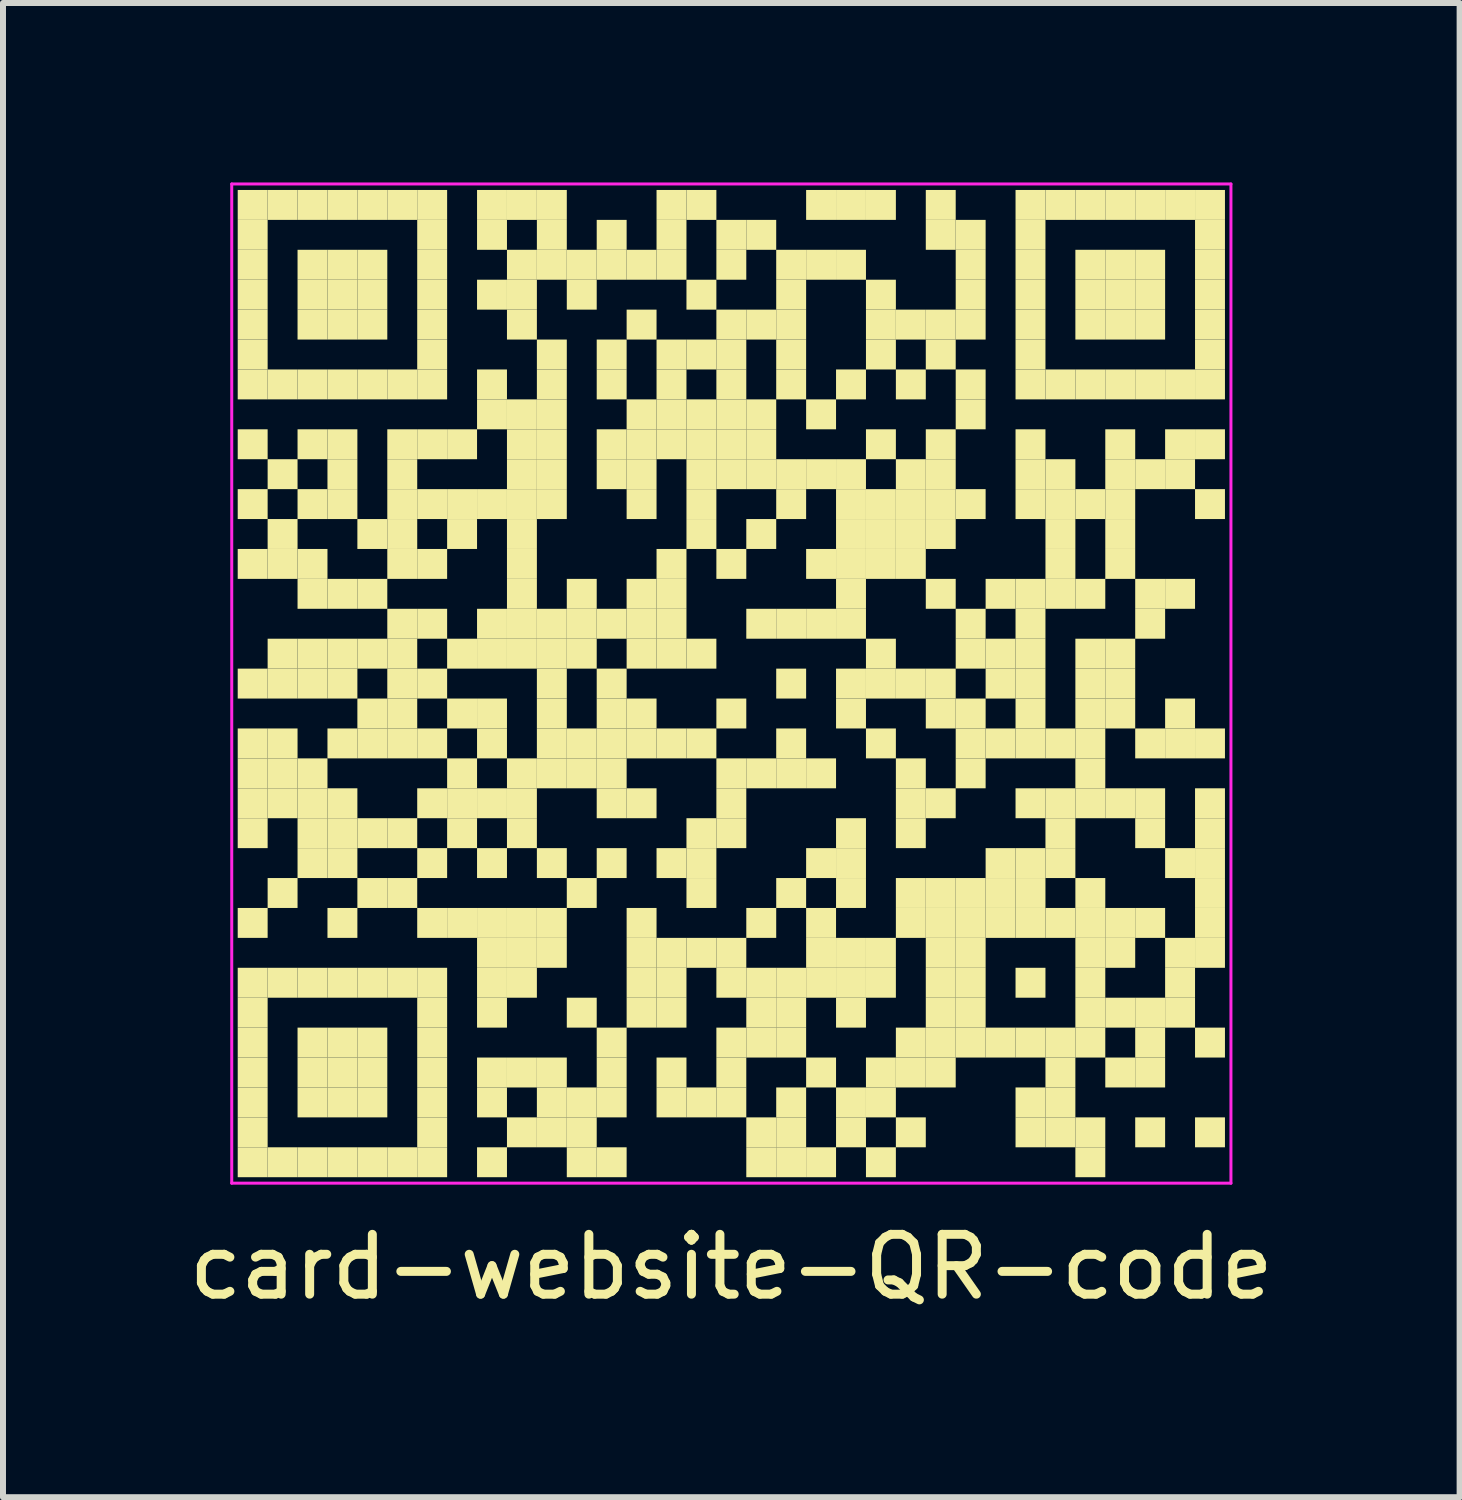
<source format=kicad_pcb>
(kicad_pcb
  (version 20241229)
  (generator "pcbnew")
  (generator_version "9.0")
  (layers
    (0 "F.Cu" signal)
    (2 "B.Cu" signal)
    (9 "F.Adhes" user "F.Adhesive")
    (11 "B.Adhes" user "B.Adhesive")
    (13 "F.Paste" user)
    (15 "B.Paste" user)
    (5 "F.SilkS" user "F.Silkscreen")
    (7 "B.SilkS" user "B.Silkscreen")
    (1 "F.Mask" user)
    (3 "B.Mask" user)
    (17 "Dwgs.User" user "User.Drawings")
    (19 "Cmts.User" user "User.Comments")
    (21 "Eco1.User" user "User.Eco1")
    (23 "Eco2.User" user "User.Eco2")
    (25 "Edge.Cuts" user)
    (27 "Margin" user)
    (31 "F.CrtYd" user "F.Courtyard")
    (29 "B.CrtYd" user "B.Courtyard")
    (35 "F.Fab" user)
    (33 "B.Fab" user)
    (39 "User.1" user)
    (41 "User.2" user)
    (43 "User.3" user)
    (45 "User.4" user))
  (footprint "card-website-QR-code"
    (layer "F.Cu")
    (at 9.173 8.375)
    (property "Reference" "card-website-QR-code" (at 0 9.75 0) (layer "F.SilkS") (effects (font (size 1 1) (thickness 0.15))))
    (fp_rect (start -8.25 -8.25) (end -7.75 -7.75) (stroke (width 0) (type default)) (fill yes) (layer "F.SilkS"))
    (fp_rect (start -8.25 -7.75) (end -7.75 -7.25) (stroke (width 0) (type default)) (fill yes) (layer "F.SilkS"))
    (fp_rect (start -8.25 -7.25) (end -7.75 -6.75) (stroke (width 0) (type default)) (fill yes) (layer "F.SilkS"))
    (fp_rect (start -8.25 -6.75) (end -7.75 -6.25) (stroke (width 0) (type default)) (fill yes) (layer "F.SilkS"))
    (fp_rect (start -8.25 -6.25) (end -7.75 -5.75) (stroke (width 0) (type default)) (fill yes) (layer "F.SilkS"))
    (fp_rect (start -8.25 -5.75) (end -7.75 -5.25) (stroke (width 0) (type default)) (fill yes) (layer "F.SilkS"))
    (fp_rect (start -8.25 -5.25) (end -7.75 -4.75) (stroke (width 0) (type default)) (fill yes) (layer "F.SilkS"))
    (fp_rect (start -8.25 -4.25) (end -7.75 -3.75) (stroke (width 0) (type default)) (fill yes) (layer "F.SilkS"))
    (fp_rect (start -8.25 -3.25) (end -7.75 -2.75) (stroke (width 0) (type default)) (fill yes) (layer "F.SilkS"))
    (fp_rect (start -8.25 -2.25) (end -7.75 -1.75) (stroke (width 0) (type default)) (fill yes) (layer "F.SilkS"))
    (fp_rect (start -8.25 -0.25) (end -7.75 0.25) (stroke (width 0) (type default)) (fill yes) (layer "F.SilkS"))
    (fp_rect (start -8.25 0.75) (end -7.75 1.25) (stroke (width 0) (type default)) (fill yes) (layer "F.SilkS"))
    (fp_rect (start -8.25 1.25) (end -7.75 1.75) (stroke (width 0) (type default)) (fill yes) (layer "F.SilkS"))
    (fp_rect (start -8.25 1.75) (end -7.75 2.25) (stroke (width 0) (type default)) (fill yes) (layer "F.SilkS"))
    (fp_rect (start -8.25 2.25) (end -7.75 2.75) (stroke (width 0) (type default)) (fill yes) (layer "F.SilkS"))
    (fp_rect (start -8.25 3.75) (end -7.75 4.25) (stroke (width 0) (type default)) (fill yes) (layer "F.SilkS"))
    (fp_rect (start -8.25 4.75) (end -7.75 5.25) (stroke (width 0) (type default)) (fill yes) (layer "F.SilkS"))
    (fp_rect (start -8.25 5.25) (end -7.75 5.75) (stroke (width 0) (type default)) (fill yes) (layer "F.SilkS"))
    (fp_rect (start -8.25 5.75) (end -7.75 6.25) (stroke (width 0) (type default)) (fill yes) (layer "F.SilkS"))
    (fp_rect (start -8.25 6.25) (end -7.75 6.75) (stroke (width 0) (type default)) (fill yes) (layer "F.SilkS"))
    (fp_rect (start -8.25 6.75) (end -7.75 7.25) (stroke (width 0) (type default)) (fill yes) (layer "F.SilkS"))
    (fp_rect (start -8.25 7.25) (end -7.75 7.75) (stroke (width 0) (type default)) (fill yes) (layer "F.SilkS"))
    (fp_rect (start -8.25 7.75) (end -7.75 8.25) (stroke (width 0) (type default)) (fill yes) (layer "F.SilkS"))
    (fp_rect (start -7.75 -8.25) (end -7.25 -7.75) (stroke (width 0) (type default)) (fill yes) (layer "F.SilkS"))
    (fp_rect (start -7.75 -5.25) (end -7.25 -4.75) (stroke (width 0) (type default)) (fill yes) (layer "F.SilkS"))
    (fp_rect (start -7.75 -3.75) (end -7.25 -3.25) (stroke (width 0) (type default)) (fill yes) (layer "F.SilkS"))
    (fp_rect (start -7.75 -2.75) (end -7.25 -2.25) (stroke (width 0) (type default)) (fill yes) (layer "F.SilkS"))
    (fp_rect (start -7.75 -2.25) (end -7.25 -1.75) (stroke (width 0) (type default)) (fill yes) (layer "F.SilkS"))
    (fp_rect (start -7.75 -0.75) (end -7.25 -0.25) (stroke (width 0) (type default)) (fill yes) (layer "F.SilkS"))
    (fp_rect (start -7.75 -0.25) (end -7.25 0.25) (stroke (width 0) (type default)) (fill yes) (layer "F.SilkS"))
    (fp_rect (start -7.75 0.75) (end -7.25 1.25) (stroke (width 0) (type default)) (fill yes) (layer "F.SilkS"))
    (fp_rect (start -7.75 1.25) (end -7.25 1.75) (stroke (width 0) (type default)) (fill yes) (layer "F.SilkS"))
    (fp_rect (start -7.75 1.75) (end -7.25 2.25) (stroke (width 0) (type default)) (fill yes) (layer "F.SilkS"))
    (fp_rect (start -7.75 3.25) (end -7.25 3.75) (stroke (width 0) (type default)) (fill yes) (layer "F.SilkS"))
    (fp_rect (start -7.75 4.75) (end -7.25 5.25) (stroke (width 0) (type default)) (fill yes) (layer "F.SilkS"))
    (fp_rect (start -7.75 7.75) (end -7.25 8.25) (stroke (width 0) (type default)) (fill yes) (layer "F.SilkS"))
    (fp_rect (start -7.25 -8.25) (end -6.75 -7.75) (stroke (width 0) (type default)) (fill yes) (layer "F.SilkS"))
    (fp_rect (start -7.25 -7.25) (end -6.75 -6.75) (stroke (width 0) (type default)) (fill yes) (layer "F.SilkS"))
    (fp_rect (start -7.25 -6.75) (end -6.75 -6.25) (stroke (width 0) (type default)) (fill yes) (layer "F.SilkS"))
    (fp_rect (start -7.25 -6.25) (end -6.75 -5.75) (stroke (width 0) (type default)) (fill yes) (layer "F.SilkS"))
    (fp_rect (start -7.25 -5.25) (end -6.75 -4.75) (stroke (width 0) (type default)) (fill yes) (layer "F.SilkS"))
    (fp_rect (start -7.25 -4.25) (end -6.75 -3.75) (stroke (width 0) (type default)) (fill yes) (layer "F.SilkS"))
    (fp_rect (start -7.25 -3.25) (end -6.75 -2.75) (stroke (width 0) (type default)) (fill yes) (layer "F.SilkS"))
    (fp_rect (start -7.25 -2.25) (end -6.75 -1.75) (stroke (width 0) (type default)) (fill yes) (layer "F.SilkS"))
    (fp_rect (start -7.25 -1.75) (end -6.75 -1.25) (stroke (width 0) (type default)) (fill yes) (layer "F.SilkS"))
    (fp_rect (start -7.25 -0.75) (end -6.75 -0.25) (stroke (width 0) (type default)) (fill yes) (layer "F.SilkS"))
    (fp_rect (start -7.25 -0.25) (end -6.75 0.25) (stroke (width 0) (type default)) (fill yes) (layer "F.SilkS"))
    (fp_rect (start -7.25 1.25) (end -6.75 1.75) (stroke (width 0) (type default)) (fill yes) (layer "F.SilkS"))
    (fp_rect (start -7.25 1.75) (end -6.75 2.25) (stroke (width 0) (type default)) (fill yes) (layer "F.SilkS"))
    (fp_rect (start -7.25 2.25) (end -6.75 2.75) (stroke (width 0) (type default)) (fill yes) (layer "F.SilkS"))
    (fp_rect (start -7.25 2.75) (end -6.75 3.25) (stroke (width 0) (type default)) (fill yes) (layer "F.SilkS"))
    (fp_rect (start -7.25 4.75) (end -6.75 5.25) (stroke (width 0) (type default)) (fill yes) (layer "F.SilkS"))
    (fp_rect (start -7.25 5.75) (end -6.75 6.25) (stroke (width 0) (type default)) (fill yes) (layer "F.SilkS"))
    (fp_rect (start -7.25 6.25) (end -6.75 6.75) (stroke (width 0) (type default)) (fill yes) (layer "F.SilkS"))
    (fp_rect (start -7.25 6.75) (end -6.75 7.25) (stroke (width 0) (type default)) (fill yes) (layer "F.SilkS"))
    (fp_rect (start -7.25 7.75) (end -6.75 8.25) (stroke (width 0) (type default)) (fill yes) (layer "F.SilkS"))
    (fp_rect (start -6.75 -8.25) (end -6.25 -7.75) (stroke (width 0) (type default)) (fill yes) (layer "F.SilkS"))
    (fp_rect (start -6.75 -7.25) (end -6.25 -6.75) (stroke (width 0) (type default)) (fill yes) (layer "F.SilkS"))
    (fp_rect (start -6.75 -6.75) (end -6.25 -6.25) (stroke (width 0) (type default)) (fill yes) (layer "F.SilkS"))
    (fp_rect (start -6.75 -6.25) (end -6.25 -5.75) (stroke (width 0) (type default)) (fill yes) (layer "F.SilkS"))
    (fp_rect (start -6.75 -5.25) (end -6.25 -4.75) (stroke (width 0) (type default)) (fill yes) (layer "F.SilkS"))
    (fp_rect (start -6.75 -4.25) (end -6.25 -3.75) (stroke (width 0) (type default)) (fill yes) (layer "F.SilkS"))
    (fp_rect (start -6.75 -3.75) (end -6.25 -3.25) (stroke (width 0) (type default)) (fill yes) (layer "F.SilkS"))
    (fp_rect (start -6.75 -3.25) (end -6.25 -2.75) (stroke (width 0) (type default)) (fill yes) (layer "F.SilkS"))
    (fp_rect (start -6.75 -1.75) (end -6.25 -1.25) (stroke (width 0) (type default)) (fill yes) (layer "F.SilkS"))
    (fp_rect (start -6.75 -0.75) (end -6.25 -0.25) (stroke (width 0) (type default)) (fill yes) (layer "F.SilkS"))
    (fp_rect (start -6.75 -0.25) (end -6.25 0.25) (stroke (width 0) (type default)) (fill yes) (layer "F.SilkS"))
    (fp_rect (start -6.75 0.75) (end -6.25 1.25) (stroke (width 0) (type default)) (fill yes) (layer "F.SilkS"))
    (fp_rect (start -6.75 1.75) (end -6.25 2.25) (stroke (width 0) (type default)) (fill yes) (layer "F.SilkS"))
    (fp_rect (start -6.75 2.25) (end -6.25 2.75) (stroke (width 0) (type default)) (fill yes) (layer "F.SilkS"))
    (fp_rect (start -6.75 2.75) (end -6.25 3.25) (stroke (width 0) (type default)) (fill yes) (layer "F.SilkS"))
    (fp_rect (start -6.75 3.75) (end -6.25 4.25) (stroke (width 0) (type default)) (fill yes) (layer "F.SilkS"))
    (fp_rect (start -6.75 4.75) (end -6.25 5.25) (stroke (width 0) (type default)) (fill yes) (layer "F.SilkS"))
    (fp_rect (start -6.75 5.75) (end -6.25 6.25) (stroke (width 0) (type default)) (fill yes) (layer "F.SilkS"))
    (fp_rect (start -6.75 6.25) (end -6.25 6.75) (stroke (width 0) (type default)) (fill yes) (layer "F.SilkS"))
    (fp_rect (start -6.75 6.75) (end -6.25 7.25) (stroke (width 0) (type default)) (fill yes) (layer "F.SilkS"))
    (fp_rect (start -6.75 7.75) (end -6.25 8.25) (stroke (width 0) (type default)) (fill yes) (layer "F.SilkS"))
    (fp_rect (start -6.25 -8.25) (end -5.75 -7.75) (stroke (width 0) (type default)) (fill yes) (layer "F.SilkS"))
    (fp_rect (start -6.25 -7.25) (end -5.75 -6.75) (stroke (width 0) (type default)) (fill yes) (layer "F.SilkS"))
    (fp_rect (start -6.25 -6.75) (end -5.75 -6.25) (stroke (width 0) (type default)) (fill yes) (layer "F.SilkS"))
    (fp_rect (start -6.25 -6.25) (end -5.75 -5.75) (stroke (width 0) (type default)) (fill yes) (layer "F.SilkS"))
    (fp_rect (start -6.25 -5.25) (end -5.75 -4.75) (stroke (width 0) (type default)) (fill yes) (layer "F.SilkS"))
    (fp_rect (start -6.25 -2.75) (end -5.75 -2.25) (stroke (width 0) (type default)) (fill yes) (layer "F.SilkS"))
    (fp_rect (start -6.25 -1.75) (end -5.75 -1.25) (stroke (width 0) (type default)) (fill yes) (layer "F.SilkS"))
    (fp_rect (start -6.25 -0.75) (end -5.75 -0.25) (stroke (width 0) (type default)) (fill yes) (layer "F.SilkS"))
    (fp_rect (start -6.25 0.25) (end -5.75 0.75) (stroke (width 0) (type default)) (fill yes) (layer "F.SilkS"))
    (fp_rect (start -6.25 0.75) (end -5.75 1.25) (stroke (width 0) (type default)) (fill yes) (layer "F.SilkS"))
    (fp_rect (start -6.25 2.25) (end -5.75 2.75) (stroke (width 0) (type default)) (fill yes) (layer "F.SilkS"))
    (fp_rect (start -6.25 3.25) (end -5.75 3.75) (stroke (width 0) (type default)) (fill yes) (layer "F.SilkS"))
    (fp_rect (start -6.25 4.75) (end -5.75 5.25) (stroke (width 0) (type default)) (fill yes) (layer "F.SilkS"))
    (fp_rect (start -6.25 5.75) (end -5.75 6.25) (stroke (width 0) (type default)) (fill yes) (layer "F.SilkS"))
    (fp_rect (start -6.25 6.25) (end -5.75 6.75) (stroke (width 0) (type default)) (fill yes) (layer "F.SilkS"))
    (fp_rect (start -6.25 6.75) (end -5.75 7.25) (stroke (width 0) (type default)) (fill yes) (layer "F.SilkS"))
    (fp_rect (start -6.25 7.75) (end -5.75 8.25) (stroke (width 0) (type default)) (fill yes) (layer "F.SilkS"))
    (fp_rect (start -5.75 -8.25) (end -5.25 -7.75) (stroke (width 0) (type default)) (fill yes) (layer "F.SilkS"))
    (fp_rect (start -5.75 -5.25) (end -5.25 -4.75) (stroke (width 0) (type default)) (fill yes) (layer "F.SilkS"))
    (fp_rect (start -5.75 -4.25) (end -5.25 -3.75) (stroke (width 0) (type default)) (fill yes) (layer "F.SilkS"))
    (fp_rect (start -5.75 -3.75) (end -5.25 -3.25) (stroke (width 0) (type default)) (fill yes) (layer "F.SilkS"))
    (fp_rect (start -5.75 -3.25) (end -5.25 -2.75) (stroke (width 0) (type default)) (fill yes) (layer "F.SilkS"))
    (fp_rect (start -5.75 -2.75) (end -5.25 -2.25) (stroke (width 0) (type default)) (fill yes) (layer "F.SilkS"))
    (fp_rect (start -5.75 -2.25) (end -5.25 -1.75) (stroke (width 0) (type default)) (fill yes) (layer "F.SilkS"))
    (fp_rect (start -5.75 -1.25) (end -5.25 -0.75) (stroke (width 0) (type default)) (fill yes) (layer "F.SilkS"))
    (fp_rect (start -5.75 -0.75) (end -5.25 -0.25) (stroke (width 0) (type default)) (fill yes) (layer "F.SilkS"))
    (fp_rect (start -5.75 -0.25) (end -5.25 0.25) (stroke (width 0) (type default)) (fill yes) (layer "F.SilkS"))
    (fp_rect (start -5.75 0.25) (end -5.25 0.75) (stroke (width 0) (type default)) (fill yes) (layer "F.SilkS"))
    (fp_rect (start -5.75 0.75) (end -5.25 1.25) (stroke (width 0) (type default)) (fill yes) (layer "F.SilkS"))
    (fp_rect (start -5.75 2.25) (end -5.25 2.75) (stroke (width 0) (type default)) (fill yes) (layer "F.SilkS"))
    (fp_rect (start -5.75 3.25) (end -5.25 3.75) (stroke (width 0) (type default)) (fill yes) (layer "F.SilkS"))
    (fp_rect (start -5.75 4.75) (end -5.25 5.25) (stroke (width 0) (type default)) (fill yes) (layer "F.SilkS"))
    (fp_rect (start -5.75 7.75) (end -5.25 8.25) (stroke (width 0) (type default)) (fill yes) (layer "F.SilkS"))
    (fp_rect (start -5.25 -8.25) (end -4.75 -7.75) (stroke (width 0) (type default)) (fill yes) (layer "F.SilkS"))
    (fp_rect (start -5.25 -7.75) (end -4.75 -7.25) (stroke (width 0) (type default)) (fill yes) (layer "F.SilkS"))
    (fp_rect (start -5.25 -7.25) (end -4.75 -6.75) (stroke (width 0) (type default)) (fill yes) (layer "F.SilkS"))
    (fp_rect (start -5.25 -6.75) (end -4.75 -6.25) (stroke (width 0) (type default)) (fill yes) (layer "F.SilkS"))
    (fp_rect (start -5.25 -6.25) (end -4.75 -5.75) (stroke (width 0) (type default)) (fill yes) (layer "F.SilkS"))
    (fp_rect (start -5.25 -5.75) (end -4.75 -5.25) (stroke (width 0) (type default)) (fill yes) (layer "F.SilkS"))
    (fp_rect (start -5.25 -5.25) (end -4.75 -4.75) (stroke (width 0) (type default)) (fill yes) (layer "F.SilkS"))
    (fp_rect (start -5.25 -4.25) (end -4.75 -3.75) (stroke (width 0) (type default)) (fill yes) (layer "F.SilkS"))
    (fp_rect (start -5.25 -3.25) (end -4.75 -2.75) (stroke (width 0) (type default)) (fill yes) (layer "F.SilkS"))
    (fp_rect (start -5.25 -2.25) (end -4.75 -1.75) (stroke (width 0) (type default)) (fill yes) (layer "F.SilkS"))
    (fp_rect (start -5.25 -1.25) (end -4.75 -0.75) (stroke (width 0) (type default)) (fill yes) (layer "F.SilkS"))
    (fp_rect (start -5.25 -0.25) (end -4.75 0.25) (stroke (width 0) (type default)) (fill yes) (layer "F.SilkS"))
    (fp_rect (start -5.25 0.75) (end -4.75 1.25) (stroke (width 0) (type default)) (fill yes) (layer "F.SilkS"))
    (fp_rect (start -5.25 1.75) (end -4.75 2.25) (stroke (width 0) (type default)) (fill yes) (layer "F.SilkS"))
    (fp_rect (start -5.25 2.75) (end -4.75 3.25) (stroke (width 0) (type default)) (fill yes) (layer "F.SilkS"))
    (fp_rect (start -5.25 3.75) (end -4.75 4.25) (stroke (width 0) (type default)) (fill yes) (layer "F.SilkS"))
    (fp_rect (start -5.25 4.75) (end -4.75 5.25) (stroke (width 0) (type default)) (fill yes) (layer "F.SilkS"))
    (fp_rect (start -5.25 5.25) (end -4.75 5.75) (stroke (width 0) (type default)) (fill yes) (layer "F.SilkS"))
    (fp_rect (start -5.25 5.75) (end -4.75 6.25) (stroke (width 0) (type default)) (fill yes) (layer "F.SilkS"))
    (fp_rect (start -5.25 6.25) (end -4.75 6.75) (stroke (width 0) (type default)) (fill yes) (layer "F.SilkS"))
    (fp_rect (start -5.25 6.75) (end -4.75 7.25) (stroke (width 0) (type default)) (fill yes) (layer "F.SilkS"))
    (fp_rect (start -5.25 7.25) (end -4.75 7.75) (stroke (width 0) (type default)) (fill yes) (layer "F.SilkS"))
    (fp_rect (start -5.25 7.75) (end -4.75 8.25) (stroke (width 0) (type default)) (fill yes) (layer "F.SilkS"))
    (fp_rect (start -4.75 -4.25) (end -4.25 -3.75) (stroke (width 0) (type default)) (fill yes) (layer "F.SilkS"))
    (fp_rect (start -4.75 -3.25) (end -4.25 -2.75) (stroke (width 0) (type default)) (fill yes) (layer "F.SilkS"))
    (fp_rect (start -4.75 -2.75) (end -4.25 -2.25) (stroke (width 0) (type default)) (fill yes) (layer "F.SilkS"))
    (fp_rect (start -4.75 -0.75) (end -4.25 -0.25) (stroke (width 0) (type default)) (fill yes) (layer "F.SilkS"))
    (fp_rect (start -4.75 0.25) (end -4.25 0.75) (stroke (width 0) (type default)) (fill yes) (layer "F.SilkS"))
    (fp_rect (start -4.75 1.25) (end -4.25 1.75) (stroke (width 0) (type default)) (fill yes) (layer "F.SilkS"))
    (fp_rect (start -4.75 1.75) (end -4.25 2.25) (stroke (width 0) (type default)) (fill yes) (layer "F.SilkS"))
    (fp_rect (start -4.75 2.25) (end -4.25 2.75) (stroke (width 0) (type default)) (fill yes) (layer "F.SilkS"))
    (fp_rect (start -4.75 3.75) (end -4.25 4.25) (stroke (width 0) (type default)) (fill yes) (layer "F.SilkS"))
    (fp_rect (start -4.25 -8.25) (end -3.75 -7.75) (stroke (width 0) (type default)) (fill yes) (layer "F.SilkS"))
    (fp_rect (start -4.25 -7.75) (end -3.75 -7.25) (stroke (width 0) (type default)) (fill yes) (layer "F.SilkS"))
    (fp_rect (start -4.25 -6.75) (end -3.75 -6.25) (stroke (width 0) (type default)) (fill yes) (layer "F.SilkS"))
    (fp_rect (start -4.25 -5.25) (end -3.75 -4.75) (stroke (width 0) (type default)) (fill yes) (layer "F.SilkS"))
    (fp_rect (start -4.25 -4.75) (end -3.75 -4.25) (stroke (width 0) (type default)) (fill yes) (layer "F.SilkS"))
    (fp_rect (start -4.25 -3.25) (end -3.75 -2.75) (stroke (width 0) (type default)) (fill yes) (layer "F.SilkS"))
    (fp_rect (start -4.25 -1.25) (end -3.75 -0.75) (stroke (width 0) (type default)) (fill yes) (layer "F.SilkS"))
    (fp_rect (start -4.25 -0.75) (end -3.75 -0.25) (stroke (width 0) (type default)) (fill yes) (layer "F.SilkS"))
    (fp_rect (start -4.25 0.25) (end -3.75 0.75) (stroke (width 0) (type default)) (fill yes) (layer "F.SilkS"))
    (fp_rect (start -4.25 0.75) (end -3.75 1.25) (stroke (width 0) (type default)) (fill yes) (layer "F.SilkS"))
    (fp_rect (start -4.25 1.75) (end -3.75 2.25) (stroke (width 0) (type default)) (fill yes) (layer "F.SilkS"))
    (fp_rect (start -4.25 2.75) (end -3.75 3.25) (stroke (width 0) (type default)) (fill yes) (layer "F.SilkS"))
    (fp_rect (start -4.25 3.75) (end -3.75 4.25) (stroke (width 0) (type default)) (fill yes) (layer "F.SilkS"))
    (fp_rect (start -4.25 4.25) (end -3.75 4.75) (stroke (width 0) (type default)) (fill yes) (layer "F.SilkS"))
    (fp_rect (start -4.25 4.75) (end -3.75 5.25) (stroke (width 0) (type default)) (fill yes) (layer "F.SilkS"))
    (fp_rect (start -4.25 5.25) (end -3.75 5.75) (stroke (width 0) (type default)) (fill yes) (layer "F.SilkS"))
    (fp_rect (start -4.25 6.25) (end -3.75 6.75) (stroke (width 0) (type default)) (fill yes) (layer "F.SilkS"))
    (fp_rect (start -4.25 6.75) (end -3.75 7.25) (stroke (width 0) (type default)) (fill yes) (layer "F.SilkS"))
    (fp_rect (start -4.25 7.75) (end -3.75 8.25) (stroke (width 0) (type default)) (fill yes) (layer "F.SilkS"))
    (fp_rect (start -3.75 -8.25) (end -3.25 -7.75) (stroke (width 0) (type default)) (fill yes) (layer "F.SilkS"))
    (fp_rect (start -3.75 -7.25) (end -3.25 -6.75) (stroke (width 0) (type default)) (fill yes) (layer "F.SilkS"))
    (fp_rect (start -3.75 -6.75) (end -3.25 -6.25) (stroke (width 0) (type default)) (fill yes) (layer "F.SilkS"))
    (fp_rect (start -3.75 -6.25) (end -3.25 -5.75) (stroke (width 0) (type default)) (fill yes) (layer "F.SilkS"))
    (fp_rect (start -3.75 -4.75) (end -3.25 -4.25) (stroke (width 0) (type default)) (fill yes) (layer "F.SilkS"))
    (fp_rect (start -3.75 -4.25) (end -3.25 -3.75) (stroke (width 0) (type default)) (fill yes) (layer "F.SilkS"))
    (fp_rect (start -3.75 -3.75) (end -3.25 -3.25) (stroke (width 0) (type default)) (fill yes) (layer "F.SilkS"))
    (fp_rect (start -3.75 -3.25) (end -3.25 -2.75) (stroke (width 0) (type default)) (fill yes) (layer "F.SilkS"))
    (fp_rect (start -3.75 -2.75) (end -3.25 -2.25) (stroke (width 0) (type default)) (fill yes) (layer "F.SilkS"))
    (fp_rect (start -3.75 -2.25) (end -3.25 -1.75) (stroke (width 0) (type default)) (fill yes) (layer "F.SilkS"))
    (fp_rect (start -3.75 -1.75) (end -3.25 -1.25) (stroke (width 0) (type default)) (fill yes) (layer "F.SilkS"))
    (fp_rect (start -3.75 -1.25) (end -3.25 -0.75) (stroke (width 0) (type default)) (fill yes) (layer "F.SilkS"))
    (fp_rect (start -3.75 -0.75) (end -3.25 -0.25) (stroke (width 0) (type default)) (fill yes) (layer "F.SilkS"))
    (fp_rect (start -3.75 1.25) (end -3.25 1.75) (stroke (width 0) (type default)) (fill yes) (layer "F.SilkS"))
    (fp_rect (start -3.75 1.75) (end -3.25 2.25) (stroke (width 0) (type default)) (fill yes) (layer "F.SilkS"))
    (fp_rect (start -3.75 2.25) (end -3.25 2.75) (stroke (width 0) (type default)) (fill yes) (layer "F.SilkS"))
    (fp_rect (start -3.75 3.75) (end -3.25 4.25) (stroke (width 0) (type default)) (fill yes) (layer "F.SilkS"))
    (fp_rect (start -3.75 4.25) (end -3.25 4.75) (stroke (width 0) (type default)) (fill yes) (layer "F.SilkS"))
    (fp_rect (start -3.75 4.75) (end -3.25 5.25) (stroke (width 0) (type default)) (fill yes) (layer "F.SilkS"))
    (fp_rect (start -3.75 6.25) (end -3.25 6.75) (stroke (width 0) (type default)) (fill yes) (layer "F.SilkS"))
    (fp_rect (start -3.75 7.25) (end -3.25 7.75) (stroke (width 0) (type default)) (fill yes) (layer "F.SilkS"))
    (fp_rect (start -3.25 -8.25) (end -2.75 -7.75) (stroke (width 0) (type default)) (fill yes) (layer "F.SilkS"))
    (fp_rect (start -3.25 -7.75) (end -2.75 -7.25) (stroke (width 0) (type default)) (fill yes) (layer "F.SilkS"))
    (fp_rect (start -3.25 -7.25) (end -2.75 -6.75) (stroke (width 0) (type default)) (fill yes) (layer "F.SilkS"))
    (fp_rect (start -3.25 -5.75) (end -2.75 -5.25) (stroke (width 0) (type default)) (fill yes) (layer "F.SilkS"))
    (fp_rect (start -3.25 -5.25) (end -2.75 -4.75) (stroke (width 0) (type default)) (fill yes) (layer "F.SilkS"))
    (fp_rect (start -3.25 -4.75) (end -2.75 -4.25) (stroke (width 0) (type default)) (fill yes) (layer "F.SilkS"))
    (fp_rect (start -3.25 -4.25) (end -2.75 -3.75) (stroke (width 0) (type default)) (fill yes) (layer "F.SilkS"))
    (fp_rect (start -3.25 -3.75) (end -2.75 -3.25) (stroke (width 0) (type default)) (fill yes) (layer "F.SilkS"))
    (fp_rect (start -3.25 -3.25) (end -2.75 -2.75) (stroke (width 0) (type default)) (fill yes) (layer "F.SilkS"))
    (fp_rect (start -3.25 -1.25) (end -2.75 -0.75) (stroke (width 0) (type default)) (fill yes) (layer "F.SilkS"))
    (fp_rect (start -3.25 -0.75) (end -2.75 -0.25) (stroke (width 0) (type default)) (fill yes) (layer "F.SilkS"))
    (fp_rect (start -3.25 -0.25) (end -2.75 0.25) (stroke (width 0) (type default)) (fill yes) (layer "F.SilkS"))
    (fp_rect (start -3.25 0.25) (end -2.75 0.75) (stroke (width 0) (type default)) (fill yes) (layer "F.SilkS"))
    (fp_rect (start -3.25 0.75) (end -2.75 1.25) (stroke (width 0) (type default)) (fill yes) (layer "F.SilkS"))
    (fp_rect (start -3.25 1.25) (end -2.75 1.75) (stroke (width 0) (type default)) (fill yes) (layer "F.SilkS"))
    (fp_rect (start -3.25 2.75) (end -2.75 3.25) (stroke (width 0) (type default)) (fill yes) (layer "F.SilkS"))
    (fp_rect (start -3.25 3.75) (end -2.75 4.25) (stroke (width 0) (type default)) (fill yes) (layer "F.SilkS"))
    (fp_rect (start -3.25 4.25) (end -2.75 4.75) (stroke (width 0) (type default)) (fill yes) (layer "F.SilkS"))
    (fp_rect (start -3.25 6.25) (end -2.75 6.75) (stroke (width 0) (type default)) (fill yes) (layer "F.SilkS"))
    (fp_rect (start -3.25 6.75) (end -2.75 7.25) (stroke (width 0) (type default)) (fill yes) (layer "F.SilkS"))
    (fp_rect (start -3.25 7.25) (end -2.75 7.75) (stroke (width 0) (type default)) (fill yes) (layer "F.SilkS"))
    (fp_rect (start -2.75 -7.25) (end -2.25 -6.75) (stroke (width 0) (type default)) (fill yes) (layer "F.SilkS"))
    (fp_rect (start -2.75 -6.75) (end -2.25 -6.25) (stroke (width 0) (type default)) (fill yes) (layer "F.SilkS"))
    (fp_rect (start -2.75 -1.75) (end -2.25 -1.25) (stroke (width 0) (type default)) (fill yes) (layer "F.SilkS"))
    (fp_rect (start -2.75 -1.25) (end -2.25 -0.75) (stroke (width 0) (type default)) (fill yes) (layer "F.SilkS"))
    (fp_rect (start -2.75 -0.75) (end -2.25 -0.25) (stroke (width 0) (type default)) (fill yes) (layer "F.SilkS"))
    (fp_rect (start -2.75 0.75) (end -2.25 1.25) (stroke (width 0) (type default)) (fill yes) (layer "F.SilkS"))
    (fp_rect (start -2.75 1.25) (end -2.25 1.75) (stroke (width 0) (type default)) (fill yes) (layer "F.SilkS"))
    (fp_rect (start -2.75 3.25) (end -2.25 3.75) (stroke (width 0) (type default)) (fill yes) (layer "F.SilkS"))
    (fp_rect (start -2.75 5.25) (end -2.25 5.75) (stroke (width 0) (type default)) (fill yes) (layer "F.SilkS"))
    (fp_rect (start -2.75 6.75) (end -2.25 7.25) (stroke (width 0) (type default)) (fill yes) (layer "F.SilkS"))
    (fp_rect (start -2.75 7.25) (end -2.25 7.75) (stroke (width 0) (type default)) (fill yes) (layer "F.SilkS"))
    (fp_rect (start -2.75 7.75) (end -2.25 8.25) (stroke (width 0) (type default)) (fill yes) (layer "F.SilkS"))
    (fp_rect (start -2.25 -7.75) (end -1.75 -7.25) (stroke (width 0) (type default)) (fill yes) (layer "F.SilkS"))
    (fp_rect (start -2.25 -7.25) (end -1.75 -6.75) (stroke (width 0) (type default)) (fill yes) (layer "F.SilkS"))
    (fp_rect (start -2.25 -5.75) (end -1.75 -5.25) (stroke (width 0) (type default)) (fill yes) (layer "F.SilkS"))
    (fp_rect (start -2.25 -5.25) (end -1.75 -4.75) (stroke (width 0) (type default)) (fill yes) (layer "F.SilkS"))
    (fp_rect (start -2.25 -4.25) (end -1.75 -3.75) (stroke (width 0) (type default)) (fill yes) (layer "F.SilkS"))
    (fp_rect (start -2.25 -3.75) (end -1.75 -3.25) (stroke (width 0) (type default)) (fill yes) (layer "F.SilkS"))
    (fp_rect (start -2.25 -1.25) (end -1.75 -0.75) (stroke (width 0) (type default)) (fill yes) (layer "F.SilkS"))
    (fp_rect (start -2.25 -0.25) (end -1.75 0.25) (stroke (width 0) (type default)) (fill yes) (layer "F.SilkS"))
    (fp_rect (start -2.25 0.25) (end -1.75 0.75) (stroke (width 0) (type default)) (fill yes) (layer "F.SilkS"))
    (fp_rect (start -2.25 0.75) (end -1.75 1.25) (stroke (width 0) (type default)) (fill yes) (layer "F.SilkS"))
    (fp_rect (start -2.25 1.25) (end -1.75 1.75) (stroke (width 0) (type default)) (fill yes) (layer "F.SilkS"))
    (fp_rect (start -2.25 1.75) (end -1.75 2.25) (stroke (width 0) (type default)) (fill yes) (layer "F.SilkS"))
    (fp_rect (start -2.25 2.75) (end -1.75 3.25) (stroke (width 0) (type default)) (fill yes) (layer "F.SilkS"))
    (fp_rect (start -2.25 5.75) (end -1.75 6.25) (stroke (width 0) (type default)) (fill yes) (layer "F.SilkS"))
    (fp_rect (start -2.25 6.25) (end -1.75 6.75) (stroke (width 0) (type default)) (fill yes) (layer "F.SilkS"))
    (fp_rect (start -2.25 6.75) (end -1.75 7.25) (stroke (width 0) (type default)) (fill yes) (layer "F.SilkS"))
    (fp_rect (start -2.25 7.75) (end -1.75 8.25) (stroke (width 0) (type default)) (fill yes) (layer "F.SilkS"))
    (fp_rect (start -1.75 -7.25) (end -1.25 -6.75) (stroke (width 0) (type default)) (fill yes) (layer "F.SilkS"))
    (fp_rect (start -1.75 -6.25) (end -1.25 -5.75) (stroke (width 0) (type default)) (fill yes) (layer "F.SilkS"))
    (fp_rect (start -1.75 -4.75) (end -1.25 -4.25) (stroke (width 0) (type default)) (fill yes) (layer "F.SilkS"))
    (fp_rect (start -1.75 -4.25) (end -1.25 -3.75) (stroke (width 0) (type default)) (fill yes) (layer "F.SilkS"))
    (fp_rect (start -1.75 -3.75) (end -1.25 -3.25) (stroke (width 0) (type default)) (fill yes) (layer "F.SilkS"))
    (fp_rect (start -1.75 -3.25) (end -1.25 -2.75) (stroke (width 0) (type default)) (fill yes) (layer "F.SilkS"))
    (fp_rect (start -1.75 -1.75) (end -1.25 -1.25) (stroke (width 0) (type default)) (fill yes) (layer "F.SilkS"))
    (fp_rect (start -1.75 -1.25) (end -1.25 -0.75) (stroke (width 0) (type default)) (fill yes) (layer "F.SilkS"))
    (fp_rect (start -1.75 -0.75) (end -1.25 -0.25) (stroke (width 0) (type default)) (fill yes) (layer "F.SilkS"))
    (fp_rect (start -1.75 0.25) (end -1.25 0.75) (stroke (width 0) (type default)) (fill yes) (layer "F.SilkS"))
    (fp_rect (start -1.75 0.75) (end -1.25 1.25) (stroke (width 0) (type default)) (fill yes) (layer "F.SilkS"))
    (fp_rect (start -1.75 1.75) (end -1.25 2.25) (stroke (width 0) (type default)) (fill yes) (layer "F.SilkS"))
    (fp_rect (start -1.75 3.75) (end -1.25 4.25) (stroke (width 0) (type default)) (fill yes) (layer "F.SilkS"))
    (fp_rect (start -1.75 4.25) (end -1.25 4.75) (stroke (width 0) (type default)) (fill yes) (layer "F.SilkS"))
    (fp_rect (start -1.75 4.75) (end -1.25 5.25) (stroke (width 0) (type default)) (fill yes) (layer "F.SilkS"))
    (fp_rect (start -1.75 5.25) (end -1.25 5.75) (stroke (width 0) (type default)) (fill yes) (layer "F.SilkS"))
    (fp_rect (start -1.25 -8.25) (end -0.75 -7.75) (stroke (width 0) (type default)) (fill yes) (layer "F.SilkS"))
    (fp_rect (start -1.25 -7.75) (end -0.75 -7.25) (stroke (width 0) (type default)) (fill yes) (layer "F.SilkS"))
    (fp_rect (start -1.25 -7.25) (end -0.75 -6.75) (stroke (width 0) (type default)) (fill yes) (layer "F.SilkS"))
    (fp_rect (start -1.25 -5.75) (end -0.75 -5.25) (stroke (width 0) (type default)) (fill yes) (layer "F.SilkS"))
    (fp_rect (start -1.25 -5.25) (end -0.75 -4.75) (stroke (width 0) (type default)) (fill yes) (layer "F.SilkS"))
    (fp_rect (start -1.25 -4.75) (end -0.75 -4.25) (stroke (width 0) (type default)) (fill yes) (layer "F.SilkS"))
    (fp_rect (start -1.25 -4.25) (end -0.75 -3.75) (stroke (width 0) (type default)) (fill yes) (layer "F.SilkS"))
    (fp_rect (start -1.25 -2.25) (end -0.75 -1.75) (stroke (width 0) (type default)) (fill yes) (layer "F.SilkS"))
    (fp_rect (start -1.25 -1.75) (end -0.75 -1.25) (stroke (width 0) (type default)) (fill yes) (layer "F.SilkS"))
    (fp_rect (start -1.25 -1.25) (end -0.75 -0.75) (stroke (width 0) (type default)) (fill yes) (layer "F.SilkS"))
    (fp_rect (start -1.25 -0.75) (end -0.75 -0.25) (stroke (width 0) (type default)) (fill yes) (layer "F.SilkS"))
    (fp_rect (start -1.25 0.75) (end -0.75 1.25) (stroke (width 0) (type default)) (fill yes) (layer "F.SilkS"))
    (fp_rect (start -1.25 2.75) (end -0.75 3.25) (stroke (width 0) (type default)) (fill yes) (layer "F.SilkS"))
    (fp_rect (start -1.25 4.25) (end -0.75 4.75) (stroke (width 0) (type default)) (fill yes) (layer "F.SilkS"))
    (fp_rect (start -1.25 4.75) (end -0.75 5.25) (stroke (width 0) (type default)) (fill yes) (layer "F.SilkS"))
    (fp_rect (start -1.25 5.25) (end -0.75 5.75) (stroke (width 0) (type default)) (fill yes) (layer "F.SilkS"))
    (fp_rect (start -1.25 6.25) (end -0.75 6.75) (stroke (width 0) (type default)) (fill yes) (layer "F.SilkS"))
    (fp_rect (start -1.25 6.75) (end -0.75 7.25) (stroke (width 0) (type default)) (fill yes) (layer "F.SilkS"))
    (fp_rect (start -0.75 -8.25) (end -0.25 -7.75) (stroke (width 0) (type default)) (fill yes) (layer "F.SilkS"))
    (fp_rect (start -0.75 -6.75) (end -0.25 -6.25) (stroke (width 0) (type default)) (fill yes) (layer "F.SilkS"))
    (fp_rect (start -0.75 -5.75) (end -0.25 -5.25) (stroke (width 0) (type default)) (fill yes) (layer "F.SilkS"))
    (fp_rect (start -0.75 -4.75) (end -0.25 -4.25) (stroke (width 0) (type default)) (fill yes) (layer "F.SilkS"))
    (fp_rect (start -0.75 -4.25) (end -0.25 -3.75) (stroke (width 0) (type default)) (fill yes) (layer "F.SilkS"))
    (fp_rect (start -0.75 -3.75) (end -0.25 -3.25) (stroke (width 0) (type default)) (fill yes) (layer "F.SilkS"))
    (fp_rect (start -0.75 -3.25) (end -0.25 -2.75) (stroke (width 0) (type default)) (fill yes) (layer "F.SilkS"))
    (fp_rect (start -0.75 -2.75) (end -0.25 -2.25) (stroke (width 0) (type default)) (fill yes) (layer "F.SilkS"))
    (fp_rect (start -0.75 -0.75) (end -0.25 -0.25) (stroke (width 0) (type default)) (fill yes) (layer "F.SilkS"))
    (fp_rect (start -0.75 0.75) (end -0.25 1.25) (stroke (width 0) (type default)) (fill yes) (layer "F.SilkS"))
    (fp_rect (start -0.75 2.25) (end -0.25 2.75) (stroke (width 0) (type default)) (fill yes) (layer "F.SilkS"))
    (fp_rect (start -0.75 2.75) (end -0.25 3.25) (stroke (width 0) (type default)) (fill yes) (layer "F.SilkS"))
    (fp_rect (start -0.75 3.25) (end -0.25 3.75) (stroke (width 0) (type default)) (fill yes) (layer "F.SilkS"))
    (fp_rect (start -0.75 4.25) (end -0.25 4.75) (stroke (width 0) (type default)) (fill yes) (layer "F.SilkS"))
    (fp_rect (start -0.75 6.75) (end -0.25 7.25) (stroke (width 0) (type default)) (fill yes) (layer "F.SilkS"))
    (fp_rect (start -0.25 -7.75) (end 0.25 -7.25) (stroke (width 0) (type default)) (fill yes) (layer "F.SilkS"))
    (fp_rect (start -0.25 -7.25) (end 0.25 -6.75) (stroke (width 0) (type default)) (fill yes) (layer "F.SilkS"))
    (fp_rect (start -0.25 -6.25) (end 0.25 -5.75) (stroke (width 0) (type default)) (fill yes) (layer "F.SilkS"))
    (fp_rect (start -0.25 -5.75) (end 0.25 -5.25) (stroke (width 0) (type default)) (fill yes) (layer "F.SilkS"))
    (fp_rect (start -0.25 -5.25) (end 0.25 -4.75) (stroke (width 0) (type default)) (fill yes) (layer "F.SilkS"))
    (fp_rect (start -0.25 -4.75) (end 0.25 -4.25) (stroke (width 0) (type default)) (fill yes) (layer "F.SilkS"))
    (fp_rect (start -0.25 -4.25) (end 0.25 -3.75) (stroke (width 0) (type default)) (fill yes) (layer "F.SilkS"))
    (fp_rect (start -0.25 -3.75) (end 0.25 -3.25) (stroke (width 0) (type default)) (fill yes) (layer "F.SilkS"))
    (fp_rect (start -0.25 -2.25) (end 0.25 -1.75) (stroke (width 0) (type default)) (fill yes) (layer "F.SilkS"))
    (fp_rect (start -0.25 0.25) (end 0.25 0.75) (stroke (width 0) (type default)) (fill yes) (layer "F.SilkS"))
    (fp_rect (start -0.25 1.25) (end 0.25 1.75) (stroke (width 0) (type default)) (fill yes) (layer "F.SilkS"))
    (fp_rect (start -0.25 1.75) (end 0.25 2.25) (stroke (width 0) (type default)) (fill yes) (layer "F.SilkS"))
    (fp_rect (start -0.25 2.25) (end 0.25 2.75) (stroke (width 0) (type default)) (fill yes) (layer "F.SilkS"))
    (fp_rect (start -0.25 4.25) (end 0.25 4.75) (stroke (width 0) (type default)) (fill yes) (layer "F.SilkS"))
    (fp_rect (start -0.25 4.75) (end 0.25 5.25) (stroke (width 0) (type default)) (fill yes) (layer "F.SilkS"))
    (fp_rect (start -0.25 5.75) (end 0.25 6.25) (stroke (width 0) (type default)) (fill yes) (layer "F.SilkS"))
    (fp_rect (start -0.25 6.25) (end 0.25 6.75) (stroke (width 0) (type default)) (fill yes) (layer "F.SilkS"))
    (fp_rect (start -0.25 6.75) (end 0.25 7.25) (stroke (width 0) (type default)) (fill yes) (layer "F.SilkS"))
    (fp_rect (start 0.25 -7.75) (end 0.75 -7.25) (stroke (width 0) (type default)) (fill yes) (layer "F.SilkS"))
    (fp_rect (start 0.25 -6.25) (end 0.75 -5.75) (stroke (width 0) (type default)) (fill yes) (layer "F.SilkS"))
    (fp_rect (start 0.25 -4.75) (end 0.75 -4.25) (stroke (width 0) (type default)) (fill yes) (layer "F.SilkS"))
    (fp_rect (start 0.25 -4.25) (end 0.75 -3.75) (stroke (width 0) (type default)) (fill yes) (layer "F.SilkS"))
    (fp_rect (start 0.25 -3.75) (end 0.75 -3.25) (stroke (width 0) (type default)) (fill yes) (layer "F.SilkS"))
    (fp_rect (start 0.25 -2.75) (end 0.75 -2.25) (stroke (width 0) (type default)) (fill yes) (layer "F.SilkS"))
    (fp_rect (start 0.25 -1.25) (end 0.75 -0.75) (stroke (width 0) (type default)) (fill yes) (layer "F.SilkS"))
    (fp_rect (start 0.25 1.25) (end 0.75 1.75) (stroke (width 0) (type default)) (fill yes) (layer "F.SilkS"))
    (fp_rect (start 0.25 3.75) (end 0.75 4.25) (stroke (width 0) (type default)) (fill yes) (layer "F.SilkS"))
    (fp_rect (start 0.25 4.75) (end 0.75 5.25) (stroke (width 0) (type default)) (fill yes) (layer "F.SilkS"))
    (fp_rect (start 0.25 5.25) (end 0.75 5.75) (stroke (width 0) (type default)) (fill yes) (layer "F.SilkS"))
    (fp_rect (start 0.25 5.75) (end 0.75 6.25) (stroke (width 0) (type default)) (fill yes) (layer "F.SilkS"))
    (fp_rect (start 0.25 7.25) (end 0.75 7.75) (stroke (width 0) (type default)) (fill yes) (layer "F.SilkS"))
    (fp_rect (start 0.25 7.75) (end 0.75 8.25) (stroke (width 0) (type default)) (fill yes) (layer "F.SilkS"))
    (fp_rect (start 0.75 -7.25) (end 1.25 -6.75) (stroke (width 0) (type default)) (fill yes) (layer "F.SilkS"))
    (fp_rect (start 0.75 -6.75) (end 1.25 -6.25) (stroke (width 0) (type default)) (fill yes) (layer "F.SilkS"))
    (fp_rect (start 0.75 -6.25) (end 1.25 -5.75) (stroke (width 0) (type default)) (fill yes) (layer "F.SilkS"))
    (fp_rect (start 0.75 -5.75) (end 1.25 -5.25) (stroke (width 0) (type default)) (fill yes) (layer "F.SilkS"))
    (fp_rect (start 0.75 -5.25) (end 1.25 -4.75) (stroke (width 0) (type default)) (fill yes) (layer "F.SilkS"))
    (fp_rect (start 0.75 -3.75) (end 1.25 -3.25) (stroke (width 0) (type default)) (fill yes) (layer "F.SilkS"))
    (fp_rect (start 0.75 -3.25) (end 1.25 -2.75) (stroke (width 0) (type default)) (fill yes) (layer "F.SilkS"))
    (fp_rect (start 0.75 -1.25) (end 1.25 -0.75) (stroke (width 0) (type default)) (fill yes) (layer "F.SilkS"))
    (fp_rect (start 0.75 -0.25) (end 1.25 0.25) (stroke (width 0) (type default)) (fill yes) (layer "F.SilkS"))
    (fp_rect (start 0.75 0.75) (end 1.25 1.25) (stroke (width 0) (type default)) (fill yes) (layer "F.SilkS"))
    (fp_rect (start 0.75 1.25) (end 1.25 1.75) (stroke (width 0) (type default)) (fill yes) (layer "F.SilkS"))
    (fp_rect (start 0.75 3.25) (end 1.25 3.75) (stroke (width 0) (type default)) (fill yes) (layer "F.SilkS"))
    (fp_rect (start 0.75 4.75) (end 1.25 5.25) (stroke (width 0) (type default)) (fill yes) (layer "F.SilkS"))
    (fp_rect (start 0.75 5.25) (end 1.25 5.75) (stroke (width 0) (type default)) (fill yes) (layer "F.SilkS"))
    (fp_rect (start 0.75 5.75) (end 1.25 6.25) (stroke (width 0) (type default)) (fill yes) (layer "F.SilkS"))
    (fp_rect (start 0.75 6.75) (end 1.25 7.25) (stroke (width 0) (type default)) (fill yes) (layer "F.SilkS"))
    (fp_rect (start 0.75 7.25) (end 1.25 7.75) (stroke (width 0) (type default)) (fill yes) (layer "F.SilkS"))
    (fp_rect (start 0.75 7.75) (end 1.25 8.25) (stroke (width 0) (type default)) (fill yes) (layer "F.SilkS"))
    (fp_rect (start 1.25 -8.25) (end 1.75 -7.75) (stroke (width 0) (type default)) (fill yes) (layer "F.SilkS"))
    (fp_rect (start 1.25 -7.25) (end 1.75 -6.75) (stroke (width 0) (type default)) (fill yes) (layer "F.SilkS"))
    (fp_rect (start 1.25 -4.75) (end 1.75 -4.25) (stroke (width 0) (type default)) (fill yes) (layer "F.SilkS"))
    (fp_rect (start 1.25 -3.75) (end 1.75 -3.25) (stroke (width 0) (type default)) (fill yes) (layer "F.SilkS"))
    (fp_rect (start 1.25 -2.25) (end 1.75 -1.75) (stroke (width 0) (type default)) (fill yes) (layer "F.SilkS"))
    (fp_rect (start 1.25 -1.25) (end 1.75 -0.75) (stroke (width 0) (type default)) (fill yes) (layer "F.SilkS"))
    (fp_rect (start 1.25 1.25) (end 1.75 1.75) (stroke (width 0) (type default)) (fill yes) (layer "F.SilkS"))
    (fp_rect (start 1.25 2.75) (end 1.75 3.25) (stroke (width 0) (type default)) (fill yes) (layer "F.SilkS"))
    (fp_rect (start 1.25 3.75) (end 1.75 4.25) (stroke (width 0) (type default)) (fill yes) (layer "F.SilkS"))
    (fp_rect (start 1.25 4.25) (end 1.75 4.75) (stroke (width 0) (type default)) (fill yes) (layer "F.SilkS"))
    (fp_rect (start 1.25 4.75) (end 1.75 5.25) (stroke (width 0) (type default)) (fill yes) (layer "F.SilkS"))
    (fp_rect (start 1.25 6.25) (end 1.75 6.75) (stroke (width 0) (type default)) (fill yes) (layer "F.SilkS"))
    (fp_rect (start 1.25 7.75) (end 1.75 8.25) (stroke (width 0) (type default)) (fill yes) (layer "F.SilkS"))
    (fp_rect (start 1.75 -8.25) (end 2.25 -7.75) (stroke (width 0) (type default)) (fill yes) (layer "F.SilkS"))
    (fp_rect (start 1.75 -7.25) (end 2.25 -6.75) (stroke (width 0) (type default)) (fill yes) (layer "F.SilkS"))
    (fp_rect (start 1.75 -5.25) (end 2.25 -4.75) (stroke (width 0) (type default)) (fill yes) (layer "F.SilkS"))
    (fp_rect (start 1.75 -3.75) (end 2.25 -3.25) (stroke (width 0) (type default)) (fill yes) (layer "F.SilkS"))
    (fp_rect (start 1.75 -3.25) (end 2.25 -2.75) (stroke (width 0) (type default)) (fill yes) (layer "F.SilkS"))
    (fp_rect (start 1.75 -2.75) (end 2.25 -2.25) (stroke (width 0) (type default)) (fill yes) (layer "F.SilkS"))
    (fp_rect (start 1.75 -2.25) (end 2.25 -1.75) (stroke (width 0) (type default)) (fill yes) (layer "F.SilkS"))
    (fp_rect (start 1.75 -1.75) (end 2.25 -1.25) (stroke (width 0) (type default)) (fill yes) (layer "F.SilkS"))
    (fp_rect (start 1.75 -1.25) (end 2.25 -0.75) (stroke (width 0) (type default)) (fill yes) (layer "F.SilkS"))
    (fp_rect (start 1.75 -0.25) (end 2.25 0.25) (stroke (width 0) (type default)) (fill yes) (layer "F.SilkS"))
    (fp_rect (start 1.75 0.25) (end 2.25 0.75) (stroke (width 0) (type default)) (fill yes) (layer "F.SilkS"))
    (fp_rect (start 1.75 2.25) (end 2.25 2.75) (stroke (width 0) (type default)) (fill yes) (layer "F.SilkS"))
    (fp_rect (start 1.75 2.75) (end 2.25 3.25) (stroke (width 0) (type default)) (fill yes) (layer "F.SilkS"))
    (fp_rect (start 1.75 3.25) (end 2.25 3.75) (stroke (width 0) (type default)) (fill yes) (layer "F.SilkS"))
    (fp_rect (start 1.75 4.25) (end 2.25 4.75) (stroke (width 0) (type default)) (fill yes) (layer "F.SilkS"))
    (fp_rect (start 1.75 4.75) (end 2.25 5.25) (stroke (width 0) (type default)) (fill yes) (layer "F.SilkS"))
    (fp_rect (start 1.75 5.25) (end 2.25 5.75) (stroke (width 0) (type default)) (fill yes) (layer "F.SilkS"))
    (fp_rect (start 1.75 6.75) (end 2.25 7.25) (stroke (width 0) (type default)) (fill yes) (layer "F.SilkS"))
    (fp_rect (start 1.75 7.25) (end 2.25 7.75) (stroke (width 0) (type default)) (fill yes) (layer "F.SilkS"))
    (fp_rect (start 2.25 -8.25) (end 2.75 -7.75) (stroke (width 0) (type default)) (fill yes) (layer "F.SilkS"))
    (fp_rect (start 2.25 -6.75) (end 2.75 -6.25) (stroke (width 0) (type default)) (fill yes) (layer "F.SilkS"))
    (fp_rect (start 2.25 -6.25) (end 2.75 -5.75) (stroke (width 0) (type default)) (fill yes) (layer "F.SilkS"))
    (fp_rect (start 2.25 -5.75) (end 2.75 -5.25) (stroke (width 0) (type default)) (fill yes) (layer "F.SilkS"))
    (fp_rect (start 2.25 -4.25) (end 2.75 -3.75) (stroke (width 0) (type default)) (fill yes) (layer "F.SilkS"))
    (fp_rect (start 2.25 -3.25) (end 2.75 -2.75) (stroke (width 0) (type default)) (fill yes) (layer "F.SilkS"))
    (fp_rect (start 2.25 -2.75) (end 2.75 -2.25) (stroke (width 0) (type default)) (fill yes) (layer "F.SilkS"))
    (fp_rect (start 2.25 -2.25) (end 2.75 -1.75) (stroke (width 0) (type default)) (fill yes) (layer "F.SilkS"))
    (fp_rect (start 2.25 -0.75) (end 2.75 -0.25) (stroke (width 0) (type default)) (fill yes) (layer "F.SilkS"))
    (fp_rect (start 2.25 -0.25) (end 2.75 0.25) (stroke (width 0) (type default)) (fill yes) (layer "F.SilkS"))
    (fp_rect (start 2.25 0.75) (end 2.75 1.25) (stroke (width 0) (type default)) (fill yes) (layer "F.SilkS"))
    (fp_rect (start 2.25 4.25) (end 2.75 4.75) (stroke (width 0) (type default)) (fill yes) (layer "F.SilkS"))
    (fp_rect (start 2.25 4.75) (end 2.75 5.25) (stroke (width 0) (type default)) (fill yes) (layer "F.SilkS"))
    (fp_rect (start 2.25 6.25) (end 2.75 6.75) (stroke (width 0) (type default)) (fill yes) (layer "F.SilkS"))
    (fp_rect (start 2.25 6.75) (end 2.75 7.25) (stroke (width 0) (type default)) (fill yes) (layer "F.SilkS"))
    (fp_rect (start 2.25 7.75) (end 2.75 8.25) (stroke (width 0) (type default)) (fill yes) (layer "F.SilkS"))
    (fp_rect (start 2.75 -6.25) (end 3.25 -5.75) (stroke (width 0) (type default)) (fill yes) (layer "F.SilkS"))
    (fp_rect (start 2.75 -5.25) (end 3.25 -4.75) (stroke (width 0) (type default)) (fill yes) (layer "F.SilkS"))
    (fp_rect (start 2.75 -3.75) (end 3.25 -3.25) (stroke (width 0) (type default)) (fill yes) (layer "F.SilkS"))
    (fp_rect (start 2.75 -3.25) (end 3.25 -2.75) (stroke (width 0) (type default)) (fill yes) (layer "F.SilkS"))
    (fp_rect (start 2.75 -2.75) (end 3.25 -2.25) (stroke (width 0) (type default)) (fill yes) (layer "F.SilkS"))
    (fp_rect (start 2.75 -2.25) (end 3.25 -1.75) (stroke (width 0) (type default)) (fill yes) (layer "F.SilkS"))
    (fp_rect (start 2.75 -0.25) (end 3.25 0.25) (stroke (width 0) (type default)) (fill yes) (layer "F.SilkS"))
    (fp_rect (start 2.75 1.25) (end 3.25 1.75) (stroke (width 0) (type default)) (fill yes) (layer "F.SilkS"))
    (fp_rect (start 2.75 1.75) (end 3.25 2.25) (stroke (width 0) (type default)) (fill yes) (layer "F.SilkS"))
    (fp_rect (start 2.75 2.25) (end 3.25 2.75) (stroke (width 0) (type default)) (fill yes) (layer "F.SilkS"))
    (fp_rect (start 2.75 3.25) (end 3.25 3.75) (stroke (width 0) (type default)) (fill yes) (layer "F.SilkS"))
    (fp_rect (start 2.75 3.75) (end 3.25 4.25) (stroke (width 0) (type default)) (fill yes) (layer "F.SilkS"))
    (fp_rect (start 2.75 5.75) (end 3.25 6.25) (stroke (width 0) (type default)) (fill yes) (layer "F.SilkS"))
    (fp_rect (start 2.75 6.25) (end 3.25 6.75) (stroke (width 0) (type default)) (fill yes) (layer "F.SilkS"))
    (fp_rect (start 2.75 7.25) (end 3.25 7.75) (stroke (width 0) (type default)) (fill yes) (layer "F.SilkS"))
    (fp_rect (start 3.25 -8.25) (end 3.75 -7.75) (stroke (width 0) (type default)) (fill yes) (layer "F.SilkS"))
    (fp_rect (start 3.25 -7.75) (end 3.75 -7.25) (stroke (width 0) (type default)) (fill yes) (layer "F.SilkS"))
    (fp_rect (start 3.25 -6.25) (end 3.75 -5.75) (stroke (width 0) (type default)) (fill yes) (layer "F.SilkS"))
    (fp_rect (start 3.25 -5.75) (end 3.75 -5.25) (stroke (width 0) (type default)) (fill yes) (layer "F.SilkS"))
    (fp_rect (start 3.25 -4.25) (end 3.75 -3.75) (stroke (width 0) (type default)) (fill yes) (layer "F.SilkS"))
    (fp_rect (start 3.25 -3.75) (end 3.75 -3.25) (stroke (width 0) (type default)) (fill yes) (layer "F.SilkS"))
    (fp_rect (start 3.25 -3.25) (end 3.75 -2.75) (stroke (width 0) (type default)) (fill yes) (layer "F.SilkS"))
    (fp_rect (start 3.25 -2.75) (end 3.75 -2.25) (stroke (width 0) (type default)) (fill yes) (layer "F.SilkS"))
    (fp_rect (start 3.25 -1.75) (end 3.75 -1.25) (stroke (width 0) (type default)) (fill yes) (layer "F.SilkS"))
    (fp_rect (start 3.25 -0.25) (end 3.75 0.25) (stroke (width 0) (type default)) (fill yes) (layer "F.SilkS"))
    (fp_rect (start 3.25 0.25) (end 3.75 0.75) (stroke (width 0) (type default)) (fill yes) (layer "F.SilkS"))
    (fp_rect (start 3.25 1.75) (end 3.75 2.25) (stroke (width 0) (type default)) (fill yes) (layer "F.SilkS"))
    (fp_rect (start 3.25 3.25) (end 3.75 3.75) (stroke (width 0) (type default)) (fill yes) (layer "F.SilkS"))
    (fp_rect (start 3.25 3.75) (end 3.75 4.25) (stroke (width 0) (type default)) (fill yes) (layer "F.SilkS"))
    (fp_rect (start 3.25 4.25) (end 3.75 4.75) (stroke (width 0) (type default)) (fill yes) (layer "F.SilkS"))
    (fp_rect (start 3.25 4.75) (end 3.75 5.25) (stroke (width 0) (type default)) (fill yes) (layer "F.SilkS"))
    (fp_rect (start 3.25 5.25) (end 3.75 5.75) (stroke (width 0) (type default)) (fill yes) (layer "F.SilkS"))
    (fp_rect (start 3.25 5.75) (end 3.75 6.25) (stroke (width 0) (type default)) (fill yes) (layer "F.SilkS"))
    (fp_rect (start 3.25 6.25) (end 3.75 6.75) (stroke (width 0) (type default)) (fill yes) (layer "F.SilkS"))
    (fp_rect (start 3.75 -7.75) (end 4.25 -7.25) (stroke (width 0) (type default)) (fill yes) (layer "F.SilkS"))
    (fp_rect (start 3.75 -7.25) (end 4.25 -6.75) (stroke (width 0) (type default)) (fill yes) (layer "F.SilkS"))
    (fp_rect (start 3.75 -6.75) (end 4.25 -6.25) (stroke (width 0) (type default)) (fill yes) (layer "F.SilkS"))
    (fp_rect (start 3.75 -6.25) (end 4.25 -5.75) (stroke (width 0) (type default)) (fill yes) (layer "F.SilkS"))
    (fp_rect (start 3.75 -5.25) (end 4.25 -4.75) (stroke (width 0) (type default)) (fill yes) (layer "F.SilkS"))
    (fp_rect (start 3.75 -4.75) (end 4.25 -4.25) (stroke (width 0) (type default)) (fill yes) (layer "F.SilkS"))
    (fp_rect (start 3.75 -3.25) (end 4.25 -2.75) (stroke (width 0) (type default)) (fill yes) (layer "F.SilkS"))
    (fp_rect (start 3.75 -1.25) (end 4.25 -0.75) (stroke (width 0) (type default)) (fill yes) (layer "F.SilkS"))
    (fp_rect (start 3.75 -0.75) (end 4.25 -0.25) (stroke (width 0) (type default)) (fill yes) (layer "F.SilkS"))
    (fp_rect (start 3.75 0.25) (end 4.25 0.75) (stroke (width 0) (type default)) (fill yes) (layer "F.SilkS"))
    (fp_rect (start 3.75 0.75) (end 4.25 1.25) (stroke (width 0) (type default)) (fill yes) (layer "F.SilkS"))
    (fp_rect (start 3.75 1.25) (end 4.25 1.75) (stroke (width 0) (type default)) (fill yes) (layer "F.SilkS"))
    (fp_rect (start 3.75 3.25) (end 4.25 3.75) (stroke (width 0) (type default)) (fill yes) (layer "F.SilkS"))
    (fp_rect (start 3.75 3.75) (end 4.25 4.25) (stroke (width 0) (type default)) (fill yes) (layer "F.SilkS"))
    (fp_rect (start 3.75 4.25) (end 4.25 4.75) (stroke (width 0) (type default)) (fill yes) (layer "F.SilkS"))
    (fp_rect (start 3.75 4.75) (end 4.25 5.25) (stroke (width 0) (type default)) (fill yes) (layer "F.SilkS"))
    (fp_rect (start 3.75 5.25) (end 4.25 5.75) (stroke (width 0) (type default)) (fill yes) (layer "F.SilkS"))
    (fp_rect (start 3.75 5.75) (end 4.25 6.25) (stroke (width 0) (type default)) (fill yes) (layer "F.SilkS"))
    (fp_rect (start 4.25 -1.75) (end 4.75 -1.25) (stroke (width 0) (type default)) (fill yes) (layer "F.SilkS"))
    (fp_rect (start 4.25 -0.75) (end 4.75 -0.25) (stroke (width 0) (type default)) (fill yes) (layer "F.SilkS"))
    (fp_rect (start 4.25 -0.25) (end 4.75 0.25) (stroke (width 0) (type default)) (fill yes) (layer "F.SilkS"))
    (fp_rect (start 4.25 0.75) (end 4.75 1.25) (stroke (width 0) (type default)) (fill yes) (layer "F.SilkS"))
    (fp_rect (start 4.25 2.75) (end 4.75 3.25) (stroke (width 0) (type default)) (fill yes) (layer "F.SilkS"))
    (fp_rect (start 4.25 3.25) (end 4.75 3.75) (stroke (width 0) (type default)) (fill yes) (layer "F.SilkS"))
    (fp_rect (start 4.25 3.75) (end 4.75 4.25) (stroke (width 0) (type default)) (fill yes) (layer "F.SilkS"))
    (fp_rect (start 4.25 5.75) (end 4.75 6.25) (stroke (width 0) (type default)) (fill yes) (layer "F.SilkS"))
    (fp_rect (start 4.75 -8.25) (end 5.25 -7.75) (stroke (width 0) (type default)) (fill yes) (layer "F.SilkS"))
    (fp_rect (start 4.75 -7.75) (end 5.25 -7.25) (stroke (width 0) (type default)) (fill yes) (layer "F.SilkS"))
    (fp_rect (start 4.75 -7.25) (end 5.25 -6.75) (stroke (width 0) (type default)) (fill yes) (layer "F.SilkS"))
    (fp_rect (start 4.75 -6.75) (end 5.25 -6.25) (stroke (width 0) (type default)) (fill yes) (layer "F.SilkS"))
    (fp_rect (start 4.75 -6.25) (end 5.25 -5.75) (stroke (width 0) (type default)) (fill yes) (layer "F.SilkS"))
    (fp_rect (start 4.75 -5.75) (end 5.25 -5.25) (stroke (width 0) (type default)) (fill yes) (layer "F.SilkS"))
    (fp_rect (start 4.75 -5.25) (end 5.25 -4.75) (stroke (width 0) (type default)) (fill yes) (layer "F.SilkS"))
    (fp_rect (start 4.75 -4.25) (end 5.25 -3.75) (stroke (width 0) (type default)) (fill yes) (layer "F.SilkS"))
    (fp_rect (start 4.75 -3.75) (end 5.25 -3.25) (stroke (width 0) (type default)) (fill yes) (layer "F.SilkS"))
    (fp_rect (start 4.75 -3.25) (end 5.25 -2.75) (stroke (width 0) (type default)) (fill yes) (layer "F.SilkS"))
    (fp_rect (start 4.75 -1.75) (end 5.25 -1.25) (stroke (width 0) (type default)) (fill yes) (layer "F.SilkS"))
    (fp_rect (start 4.75 -1.25) (end 5.25 -0.75) (stroke (width 0) (type default)) (fill yes) (layer "F.SilkS"))
    (fp_rect (start 4.75 -0.75) (end 5.25 -0.25) (stroke (width 0) (type default)) (fill yes) (layer "F.SilkS"))
    (fp_rect (start 4.75 -0.25) (end 5.25 0.25) (stroke (width 0) (type default)) (fill yes) (layer "F.SilkS"))
    (fp_rect (start 4.75 0.25) (end 5.25 0.75) (stroke (width 0) (type default)) (fill yes) (layer "F.SilkS"))
    (fp_rect (start 4.75 0.75) (end 5.25 1.25) (stroke (width 0) (type default)) (fill yes) (layer "F.SilkS"))
    (fp_rect (start 4.75 1.75) (end 5.25 2.25) (stroke (width 0) (type default)) (fill yes) (layer "F.SilkS"))
    (fp_rect (start 4.75 2.75) (end 5.25 3.25) (stroke (width 0) (type default)) (fill yes) (layer "F.SilkS"))
    (fp_rect (start 4.75 3.25) (end 5.25 3.75) (stroke (width 0) (type default)) (fill yes) (layer "F.SilkS"))
    (fp_rect (start 4.75 3.75) (end 5.25 4.25) (stroke (width 0) (type default)) (fill yes) (layer "F.SilkS"))
    (fp_rect (start 4.75 4.75) (end 5.25 5.25) (stroke (width 0) (type default)) (fill yes) (layer "F.SilkS"))
    (fp_rect (start 4.75 5.75) (end 5.25 6.25) (stroke (width 0) (type default)) (fill yes) (layer "F.SilkS"))
    (fp_rect (start 4.75 6.75) (end 5.25 7.25) (stroke (width 0) (type default)) (fill yes) (layer "F.SilkS"))
    (fp_rect (start 4.75 7.25) (end 5.25 7.75) (stroke (width 0) (type default)) (fill yes) (layer "F.SilkS"))
    (fp_rect (start 5.25 -8.25) (end 5.75 -7.75) (stroke (width 0) (type default)) (fill yes) (layer "F.SilkS"))
    (fp_rect (start 5.25 -5.25) (end 5.75 -4.75) (stroke (width 0) (type default)) (fill yes) (layer "F.SilkS"))
    (fp_rect (start 5.25 -3.75) (end 5.75 -3.25) (stroke (width 0) (type default)) (fill yes) (layer "F.SilkS"))
    (fp_rect (start 5.25 -3.25) (end 5.75 -2.75) (stroke (width 0) (type default)) (fill yes) (layer "F.SilkS"))
    (fp_rect (start 5.25 -2.75) (end 5.75 -2.25) (stroke (width 0) (type default)) (fill yes) (layer "F.SilkS"))
    (fp_rect (start 5.25 -2.25) (end 5.75 -1.75) (stroke (width 0) (type default)) (fill yes) (layer "F.SilkS"))
    (fp_rect (start 5.25 -1.75) (end 5.75 -1.25) (stroke (width 0) (type default)) (fill yes) (layer "F.SilkS"))
    (fp_rect (start 5.25 0.75) (end 5.75 1.25) (stroke (width 0) (type default)) (fill yes) (layer "F.SilkS"))
    (fp_rect (start 5.25 1.75) (end 5.75 2.25) (stroke (width 0) (type default)) (fill yes) (layer "F.SilkS"))
    (fp_rect (start 5.25 2.25) (end 5.75 2.75) (stroke (width 0) (type default)) (fill yes) (layer "F.SilkS"))
    (fp_rect (start 5.25 2.75) (end 5.75 3.25) (stroke (width 0) (type default)) (fill yes) (layer "F.SilkS"))
    (fp_rect (start 5.25 3.75) (end 5.75 4.25) (stroke (width 0) (type default)) (fill yes) (layer "F.SilkS"))
    (fp_rect (start 5.25 5.75) (end 5.75 6.25) (stroke (width 0) (type default)) (fill yes) (layer "F.SilkS"))
    (fp_rect (start 5.25 6.25) (end 5.75 6.75) (stroke (width 0) (type default)) (fill yes) (layer "F.SilkS"))
    (fp_rect (start 5.25 6.75) (end 5.75 7.25) (stroke (width 0) (type default)) (fill yes) (layer "F.SilkS"))
    (fp_rect (start 5.25 7.25) (end 5.75 7.75) (stroke (width 0) (type default)) (fill yes) (layer "F.SilkS"))
    (fp_rect (start 5.75 -8.25) (end 6.25 -7.75) (stroke (width 0) (type default)) (fill yes) (layer "F.SilkS"))
    (fp_rect (start 5.75 -7.25) (end 6.25 -6.75) (stroke (width 0) (type default)) (fill yes) (layer "F.SilkS"))
    (fp_rect (start 5.75 -6.75) (end 6.25 -6.25) (stroke (width 0) (type default)) (fill yes) (layer "F.SilkS"))
    (fp_rect (start 5.75 -6.25) (end 6.25 -5.75) (stroke (width 0) (type default)) (fill yes) (layer "F.SilkS"))
    (fp_rect (start 5.75 -5.25) (end 6.25 -4.75) (stroke (width 0) (type default)) (fill yes) (layer "F.SilkS"))
    (fp_rect (start 5.75 -3.25) (end 6.25 -2.75) (stroke (width 0) (type default)) (fill yes) (layer "F.SilkS"))
    (fp_rect (start 5.75 -1.75) (end 6.25 -1.25) (stroke (width 0) (type default)) (fill yes) (layer "F.SilkS"))
    (fp_rect (start 5.75 -0.75) (end 6.25 -0.25) (stroke (width 0) (type default)) (fill yes) (layer "F.SilkS"))
    (fp_rect (start 5.75 -0.25) (end 6.25 0.25) (stroke (width 0) (type default)) (fill yes) (layer "F.SilkS"))
    (fp_rect (start 5.75 0.25) (end 6.25 0.75) (stroke (width 0) (type default)) (fill yes) (layer "F.SilkS"))
    (fp_rect (start 5.75 0.75) (end 6.25 1.25) (stroke (width 0) (type default)) (fill yes) (layer "F.SilkS"))
    (fp_rect (start 5.75 1.25) (end 6.25 1.75) (stroke (width 0) (type default)) (fill yes) (layer "F.SilkS"))
    (fp_rect (start 5.75 1.75) (end 6.25 2.25) (stroke (width 0) (type default)) (fill yes) (layer "F.SilkS"))
    (fp_rect (start 5.75 3.25) (end 6.25 3.75) (stroke (width 0) (type default)) (fill yes) (layer "F.SilkS"))
    (fp_rect (start 5.75 3.75) (end 6.25 4.25) (stroke (width 0) (type default)) (fill yes) (layer "F.SilkS"))
    (fp_rect (start 5.75 4.25) (end 6.25 4.75) (stroke (width 0) (type default)) (fill yes) (layer "F.SilkS"))
    (fp_rect (start 5.75 4.75) (end 6.25 5.25) (stroke (width 0) (type default)) (fill yes) (layer "F.SilkS"))
    (fp_rect (start 5.75 5.25) (end 6.25 5.75) (stroke (width 0) (type default)) (fill yes) (layer "F.SilkS"))
    (fp_rect (start 5.75 5.75) (end 6.25 6.25) (stroke (width 0) (type default)) (fill yes) (layer "F.SilkS"))
    (fp_rect (start 5.75 7.25) (end 6.25 7.75) (stroke (width 0) (type default)) (fill yes) (layer "F.SilkS"))
    (fp_rect (start 5.75 7.75) (end 6.25 8.25) (stroke (width 0) (type default)) (fill yes) (layer "F.SilkS"))
    (fp_rect (start 6.25 -8.25) (end 6.75 -7.75) (stroke (width 0) (type default)) (fill yes) (layer "F.SilkS"))
    (fp_rect (start 6.25 -7.25) (end 6.75 -6.75) (stroke (width 0) (type default)) (fill yes) (layer "F.SilkS"))
    (fp_rect (start 6.25 -6.75) (end 6.75 -6.25) (stroke (width 0) (type default)) (fill yes) (layer "F.SilkS"))
    (fp_rect (start 6.25 -6.25) (end 6.75 -5.75) (stroke (width 0) (type default)) (fill yes) (layer "F.SilkS"))
    (fp_rect (start 6.25 -5.25) (end 6.75 -4.75) (stroke (width 0) (type default)) (fill yes) (layer "F.SilkS"))
    (fp_rect (start 6.25 -4.25) (end 6.75 -3.75) (stroke (width 0) (type default)) (fill yes) (layer "F.SilkS"))
    (fp_rect (start 6.25 -3.75) (end 6.75 -3.25) (stroke (width 0) (type default)) (fill yes) (layer "F.SilkS"))
    (fp_rect (start 6.25 -3.25) (end 6.75 -2.75) (stroke (width 0) (type default)) (fill yes) (layer "F.SilkS"))
    (fp_rect (start 6.25 -2.75) (end 6.75 -2.25) (stroke (width 0) (type default)) (fill yes) (layer "F.SilkS"))
    (fp_rect (start 6.25 -2.25) (end 6.75 -1.75) (stroke (width 0) (type default)) (fill yes) (layer "F.SilkS"))
    (fp_rect (start 6.25 -0.75) (end 6.75 -0.25) (stroke (width 0) (type default)) (fill yes) (layer "F.SilkS"))
    (fp_rect (start 6.25 -0.25) (end 6.75 0.25) (stroke (width 0) (type default)) (fill yes) (layer "F.SilkS"))
    (fp_rect (start 6.25 0.25) (end 6.75 0.75) (stroke (width 0) (type default)) (fill yes) (layer "F.SilkS"))
    (fp_rect (start 6.25 1.75) (end 6.75 2.25) (stroke (width 0) (type default)) (fill yes) (layer "F.SilkS"))
    (fp_rect (start 6.25 3.75) (end 6.75 4.25) (stroke (width 0) (type default)) (fill yes) (layer "F.SilkS"))
    (fp_rect (start 6.25 4.25) (end 6.75 4.75) (stroke (width 0) (type default)) (fill yes) (layer "F.SilkS"))
    (fp_rect (start 6.25 5.25) (end 6.75 5.75) (stroke (width 0) (type default)) (fill yes) (layer "F.SilkS"))
    (fp_rect (start 6.25 6.25) (end 6.75 6.75) (stroke (width 0) (type default)) (fill yes) (layer "F.SilkS"))
    (fp_rect (start 6.75 -8.25) (end 7.25 -7.75) (stroke (width 0) (type default)) (fill yes) (layer "F.SilkS"))
    (fp_rect (start 6.75 -7.25) (end 7.25 -6.75) (stroke (width 0) (type default)) (fill yes) (layer "F.SilkS"))
    (fp_rect (start 6.75 -6.75) (end 7.25 -6.25) (stroke (width 0) (type default)) (fill yes) (layer "F.SilkS"))
    (fp_rect (start 6.75 -6.25) (end 7.25 -5.75) (stroke (width 0) (type default)) (fill yes) (layer "F.SilkS"))
    (fp_rect (start 6.75 -5.25) (end 7.25 -4.75) (stroke (width 0) (type default)) (fill yes) (layer "F.SilkS"))
    (fp_rect (start 6.75 -3.75) (end 7.25 -3.25) (stroke (width 0) (type default)) (fill yes) (layer "F.SilkS"))
    (fp_rect (start 6.75 -1.75) (end 7.25 -1.25) (stroke (width 0) (type default)) (fill yes) (layer "F.SilkS"))
    (fp_rect (start 6.75 -1.25) (end 7.25 -0.75) (stroke (width 0) (type default)) (fill yes) (layer "F.SilkS"))
    (fp_rect (start 6.75 0.75) (end 7.25 1.25) (stroke (width 0) (type default)) (fill yes) (layer "F.SilkS"))
    (fp_rect (start 6.75 1.75) (end 7.25 2.25) (stroke (width 0) (type default)) (fill yes) (layer "F.SilkS"))
    (fp_rect (start 6.75 2.25) (end 7.25 2.75) (stroke (width 0) (type default)) (fill yes) (layer "F.SilkS"))
    (fp_rect (start 6.75 3.75) (end 7.25 4.25) (stroke (width 0) (type default)) (fill yes) (layer "F.SilkS"))
    (fp_rect (start 6.75 5.25) (end 7.25 5.75) (stroke (width 0) (type default)) (fill yes) (layer "F.SilkS"))
    (fp_rect (start 6.75 5.75) (end 7.25 6.25) (stroke (width 0) (type default)) (fill yes) (layer "F.SilkS"))
    (fp_rect (start 6.75 6.25) (end 7.25 6.75) (stroke (width 0) (type default)) (fill yes) (layer "F.SilkS"))
    (fp_rect (start 6.75 7.25) (end 7.25 7.75) (stroke (width 0) (type default)) (fill yes) (layer "F.SilkS"))
    (fp_rect (start 7.25 -8.25) (end 7.75 -7.75) (stroke (width 0) (type default)) (fill yes) (layer "F.SilkS"))
    (fp_rect (start 7.25 -5.25) (end 7.75 -4.75) (stroke (width 0) (type default)) (fill yes) (layer "F.SilkS"))
    (fp_rect (start 7.25 -4.25) (end 7.75 -3.75) (stroke (width 0) (type default)) (fill yes) (layer "F.SilkS"))
    (fp_rect (start 7.25 -3.75) (end 7.75 -3.25) (stroke (width 0) (type default)) (fill yes) (layer "F.SilkS"))
    (fp_rect (start 7.25 -1.75) (end 7.75 -1.25) (stroke (width 0) (type default)) (fill yes) (layer "F.SilkS"))
    (fp_rect (start 7.25 0.25) (end 7.75 0.75) (stroke (width 0) (type default)) (fill yes) (layer "F.SilkS"))
    (fp_rect (start 7.25 0.75) (end 7.75 1.25) (stroke (width 0) (type default)) (fill yes) (layer "F.SilkS"))
    (fp_rect (start 7.25 2.75) (end 7.75 3.25) (stroke (width 0) (type default)) (fill yes) (layer "F.SilkS"))
    (fp_rect (start 7.25 4.25) (end 7.75 4.75) (stroke (width 0) (type default)) (fill yes) (layer "F.SilkS"))
    (fp_rect (start 7.25 4.75) (end 7.75 5.25) (stroke (width 0) (type default)) (fill yes) (layer "F.SilkS"))
    (fp_rect (start 7.25 5.25) (end 7.75 5.75) (stroke (width 0) (type default)) (fill yes) (layer "F.SilkS"))
    (fp_rect (start 7.75 -8.25) (end 8.25 -7.75) (stroke (width 0) (type default)) (fill yes) (layer "F.SilkS"))
    (fp_rect (start 7.75 -7.75) (end 8.25 -7.25) (stroke (width 0) (type default)) (fill yes) (layer "F.SilkS"))
    (fp_rect (start 7.75 -7.25) (end 8.25 -6.75) (stroke (width 0) (type default)) (fill yes) (layer "F.SilkS"))
    (fp_rect (start 7.75 -6.75) (end 8.25 -6.25) (stroke (width 0) (type default)) (fill yes) (layer "F.SilkS"))
    (fp_rect (start 7.75 -6.25) (end 8.25 -5.75) (stroke (width 0) (type default)) (fill yes) (layer "F.SilkS"))
    (fp_rect (start 7.75 -5.75) (end 8.25 -5.25) (stroke (width 0) (type default)) (fill yes) (layer "F.SilkS"))
    (fp_rect (start 7.75 -5.25) (end 8.25 -4.75) (stroke (width 0) (type default)) (fill yes) (layer "F.SilkS"))
    (fp_rect (start 7.75 -4.25) (end 8.25 -3.75) (stroke (width 0) (type default)) (fill yes) (layer "F.SilkS"))
    (fp_rect (start 7.75 -3.25) (end 8.25 -2.75) (stroke (width 0) (type default)) (fill yes) (layer "F.SilkS"))
    (fp_rect (start 7.75 0.75) (end 8.25 1.25) (stroke (width 0) (type default)) (fill yes) (layer "F.SilkS"))
    (fp_rect (start 7.75 1.75) (end 8.25 2.25) (stroke (width 0) (type default)) (fill yes) (layer "F.SilkS"))
    (fp_rect (start 7.75 2.25) (end 8.25 2.75) (stroke (width 0) (type default)) (fill yes) (layer "F.SilkS"))
    (fp_rect (start 7.75 2.75) (end 8.25 3.25) (stroke (width 0) (type default)) (fill yes) (layer "F.SilkS"))
    (fp_rect (start 7.75 3.25) (end 8.25 3.75) (stroke (width 0) (type default)) (fill yes) (layer "F.SilkS"))
    (fp_rect (start 7.75 3.75) (end 8.25 4.25) (stroke (width 0) (type default)) (fill yes) (layer "F.SilkS"))
    (fp_rect (start 7.75 4.25) (end 8.25 4.75) (stroke (width 0) (type default)) (fill yes) (layer "F.SilkS"))
    (fp_rect (start 7.75 5.75) (end 8.25 6.25) (stroke (width 0) (type default)) (fill yes) (layer "F.SilkS"))
    (fp_rect (start 7.75 7.25) (end 8.25 7.75) (stroke (width 0) (type default)) (fill yes) (layer "F.SilkS"))
    (fp_line (start -8.35 -8.35) (end 8.35 -8.35) (stroke (width 0.05) (type default)) (layer "F.CrtYd"))
    (fp_line (start -8.35 8.35) (end -8.35 -8.35) (stroke (width 0.05) (type default)) (layer "F.CrtYd"))
    (fp_line (start 8.35 -8.35) (end 8.35 8.35) (stroke (width 0.05) (type default)) (layer "F.CrtYd"))
    (fp_line (start 8.35 8.35) (end -8.35 8.35) (stroke (width 0.05) (type default)) (layer "F.CrtYd")))
  (gr_rect
    (start -3 -3)
    (end 21.345 21.973)
    (stroke (width 0.1) (type default))
    (fill no)
    (layer "Edge.Cuts")))
</source>
